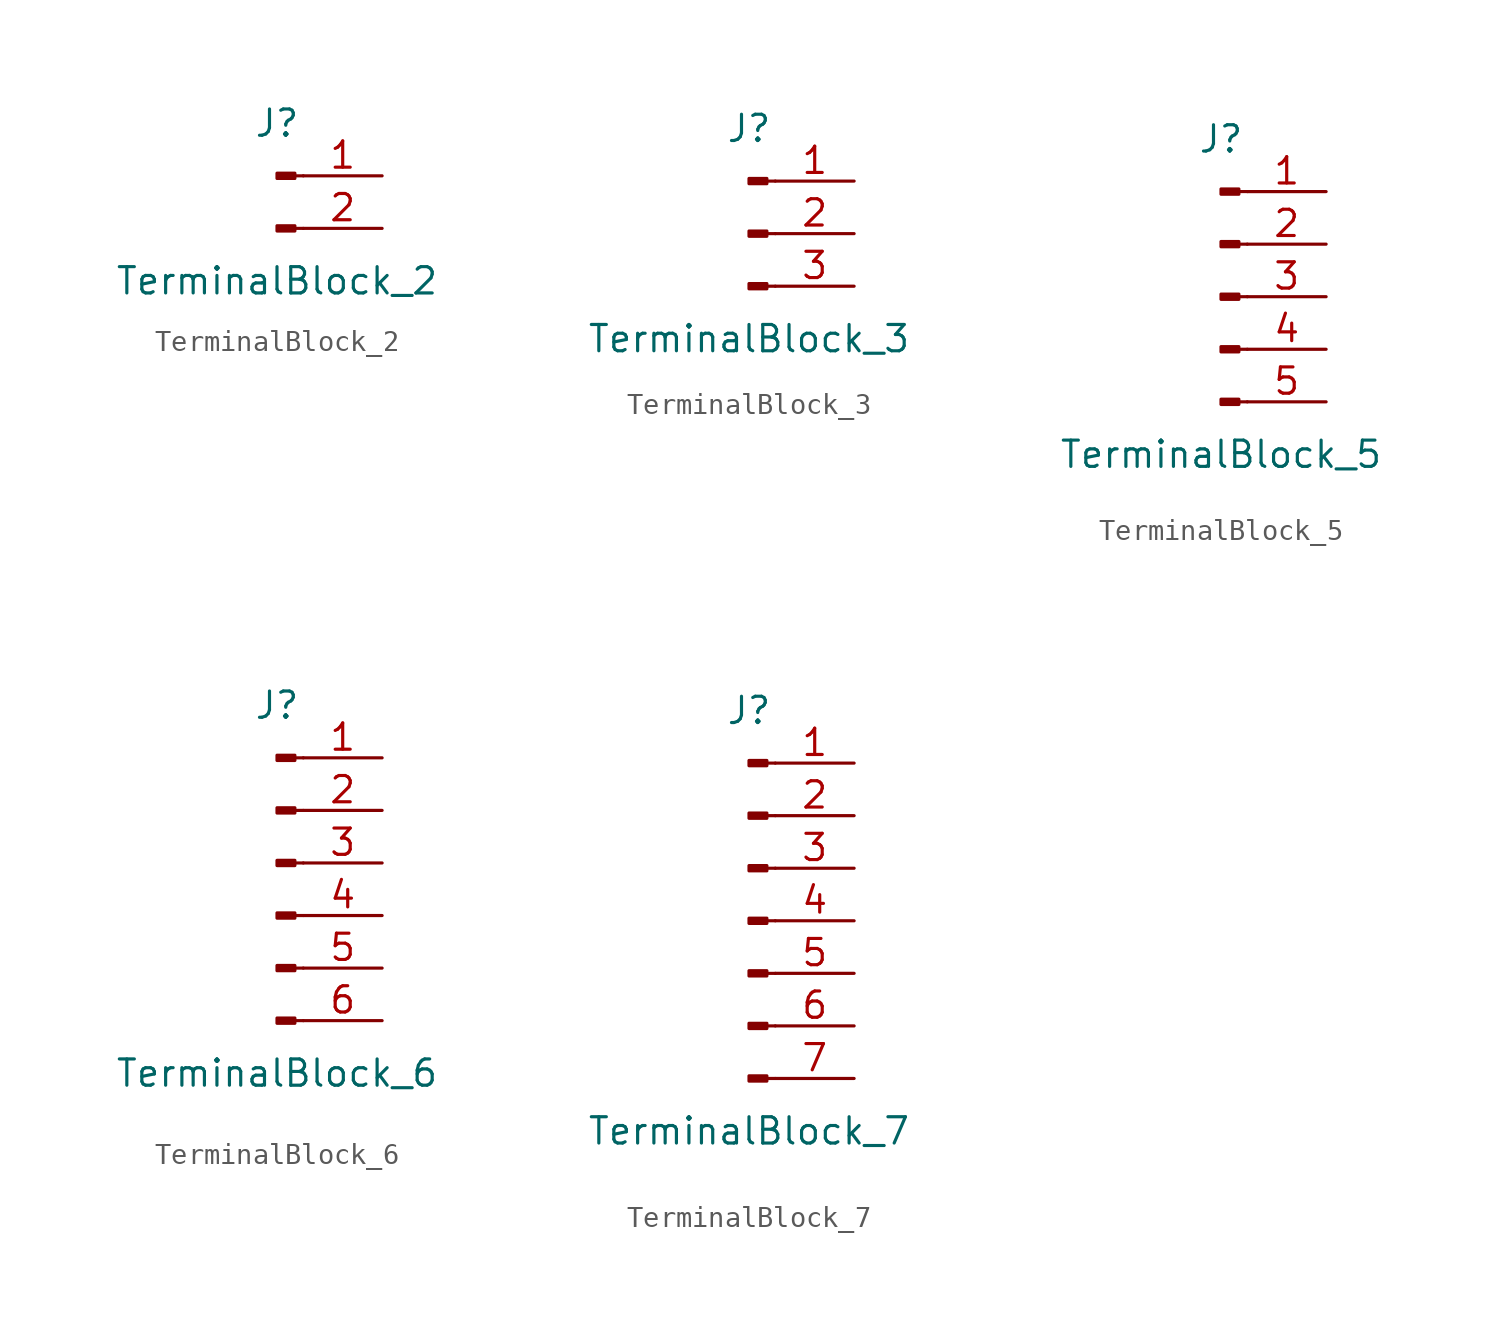
<source format=kicad_sym>
(kicad_symbol_lib
  (version 20220914)
  (generator kicad_symbol_editor)
  (symbol "TerminalBlock_2"
    (pin_names
      (offset 1.016) hide)
    (property "Reference" "J"
      (at 0 2.54 0)
      (effects (font (size 1.27 1.27))))
    (property "Value" "TerminalBlock_2"
      (at 0 -5.08 0)
      (effects (font (size 1.27 1.27))))
    (symbol "TerminalBlock_2_1_1"
      (polyline (pts (xy 1.27 -2.54) (xy 0.864 -2.54)) (stroke (width 0.152) (type default)) (fill (type none)))
      (polyline (pts (xy 1.27 0) (xy 0.864 0)) (stroke (width 0.152) (type default)) (fill (type none)))
      (rectangle (start 0.864 -2.413) (end 0 -2.667) (stroke (width 0.152) (type default)) (fill (type outline)))
      (rectangle (start 0.864 0.127) (end 0 -0.127) (stroke (width 0.152) (type default)) (fill (type outline)))
      (pin passive line (at 5.08 0 180) (length 3.81) (name "Pin_1" (effects (font (size 1.27 1.27)))) (number "1" (effects (font (size 1.27 1.27)))))
      (pin passive line (at 5.08 -2.54 180) (length 3.81) (name "Pin_2" (effects (font (size 1.27 1.27)))) (number "2" (effects (font (size 1.27 1.27)))))))
  (symbol "TerminalBlock_3"
    (pin_names
      (offset 1.016) hide)
    (property "Reference" "J"
      (at 0 5.08 0)
      (effects (font (size 1.27 1.27))))
    (property "Value" "TerminalBlock_3"
      (at 0 -5.08 0)
      (effects (font (size 1.27 1.27))))
    (symbol "TerminalBlock_3_1_1"
      (polyline (pts (xy 1.27 -2.54) (xy 0.864 -2.54)) (stroke (width 0.152) (type default)) (fill (type none)))
      (polyline (pts (xy 1.27 0) (xy 0.864 0)) (stroke (width 0.152) (type default)) (fill (type none)))
      (polyline (pts (xy 1.27 2.54) (xy 0.864 2.54)) (stroke (width 0.152) (type default)) (fill (type none)))
      (rectangle (start 0.864 -2.413) (end 0 -2.667) (stroke (width 0.152) (type default)) (fill (type outline)))
      (rectangle (start 0.864 0.127) (end 0 -0.127) (stroke (width 0.152) (type default)) (fill (type outline)))
      (rectangle (start 0.864 2.667) (end 0 2.413) (stroke (width 0.152) (type default)) (fill (type outline)))
      (pin passive line (at 5.08 2.54 180) (length 3.81) (name "Pin_1" (effects (font (size 1.27 1.27)))) (number "1" (effects (font (size 1.27 1.27)))))
      (pin passive line (at 5.08 0 180) (length 3.81) (name "Pin_2" (effects (font (size 1.27 1.27)))) (number "2" (effects (font (size 1.27 1.27)))))
      (pin passive line (at 5.08 -2.54 180) (length 3.81) (name "Pin_3" (effects (font (size 1.27 1.27)))) (number "3" (effects (font (size 1.27 1.27)))))))
  (symbol "TerminalBlock_5"
    (pin_names
      (offset 1.016) hide)
    (property "Reference" "J"
      (at 0 7.62 0)
      (effects (font (size 1.27 1.27))))
    (property "Value" "TerminalBlock_5"
      (at 0 -7.62 0)
      (effects (font (size 1.27 1.27))))
    (symbol "TerminalBlock_5_1_1"
      (polyline (pts (xy 1.27 -5.08) (xy 0.864 -5.08)) (stroke (width 0.152) (type default)) (fill (type none)))
      (polyline (pts (xy 1.27 -2.54) (xy 0.864 -2.54)) (stroke (width 0.152) (type default)) (fill (type none)))
      (polyline (pts (xy 1.27 0) (xy 0.864 0)) (stroke (width 0.152) (type default)) (fill (type none)))
      (polyline (pts (xy 1.27 2.54) (xy 0.864 2.54)) (stroke (width 0.152) (type default)) (fill (type none)))
      (polyline (pts (xy 1.27 5.08) (xy 0.864 5.08)) (stroke (width 0.152) (type default)) (fill (type none)))
      (rectangle (start 0.864 -4.953) (end 0 -5.207) (stroke (width 0.152) (type default)) (fill (type outline)))
      (rectangle (start 0.864 -2.413) (end 0 -2.667) (stroke (width 0.152) (type default)) (fill (type outline)))
      (rectangle (start 0.864 0.127) (end 0 -0.127) (stroke (width 0.152) (type default)) (fill (type outline)))
      (rectangle (start 0.864 2.667) (end 0 2.413) (stroke (width 0.152) (type default)) (fill (type outline)))
      (rectangle (start 0.864 5.207) (end 0 4.953) (stroke (width 0.152) (type default)) (fill (type outline)))
      (pin passive line (at 5.08 5.08 180) (length 3.81) (name "Pin_1" (effects (font (size 1.27 1.27)))) (number "1" (effects (font (size 1.27 1.27)))))
      (pin passive line (at 5.08 2.54 180) (length 3.81) (name "Pin_2" (effects (font (size 1.27 1.27)))) (number "2" (effects (font (size 1.27 1.27)))))
      (pin passive line (at 5.08 0 180) (length 3.81) (name "Pin_3" (effects (font (size 1.27 1.27)))) (number "3" (effects (font (size 1.27 1.27)))))
      (pin passive line (at 5.08 -2.54 180) (length 3.81) (name "Pin_4" (effects (font (size 1.27 1.27)))) (number "4" (effects (font (size 1.27 1.27)))))
      (pin passive line (at 5.08 -5.08 180) (length 3.81) (name "Pin_5" (effects (font (size 1.27 1.27)))) (number "5" (effects (font (size 1.27 1.27)))))))
  (symbol "TerminalBlock_6"
    (pin_names
      (offset 1.016) hide)
    (property "Reference" "J"
      (at 0 7.62 0)
      (effects (font (size 1.27 1.27))))
    (property "Value" "TerminalBlock_6"
      (at 0 -10.16 0)
      (effects (font (size 1.27 1.27))))
    (symbol "TerminalBlock_6_1_1"
      (polyline (pts (xy 1.27 -7.62) (xy 0.864 -7.62)) (stroke (width 0.152) (type default)) (fill (type none)))
      (polyline (pts (xy 1.27 -5.08) (xy 0.864 -5.08)) (stroke (width 0.152) (type default)) (fill (type none)))
      (polyline (pts (xy 1.27 -2.54) (xy 0.864 -2.54)) (stroke (width 0.152) (type default)) (fill (type none)))
      (polyline (pts (xy 1.27 0) (xy 0.864 0)) (stroke (width 0.152) (type default)) (fill (type none)))
      (polyline (pts (xy 1.27 2.54) (xy 0.864 2.54)) (stroke (width 0.152) (type default)) (fill (type none)))
      (polyline (pts (xy 1.27 5.08) (xy 0.864 5.08)) (stroke (width 0.152) (type default)) (fill (type none)))
      (rectangle (start 0.864 -7.493) (end 0 -7.747) (stroke (width 0.152) (type default)) (fill (type outline)))
      (rectangle (start 0.864 -4.953) (end 0 -5.207) (stroke (width 0.152) (type default)) (fill (type outline)))
      (rectangle (start 0.864 -2.413) (end 0 -2.667) (stroke (width 0.152) (type default)) (fill (type outline)))
      (rectangle (start 0.864 0.127) (end 0 -0.127) (stroke (width 0.152) (type default)) (fill (type outline)))
      (rectangle (start 0.864 2.667) (end 0 2.413) (stroke (width 0.152) (type default)) (fill (type outline)))
      (rectangle (start 0.864 5.207) (end 0 4.953) (stroke (width 0.152) (type default)) (fill (type outline)))
      (pin passive line (at 5.08 5.08 180) (length 3.81) (name "Pin_1" (effects (font (size 1.27 1.27)))) (number "1" (effects (font (size 1.27 1.27)))))
      (pin passive line (at 5.08 2.54 180) (length 3.81) (name "Pin_2" (effects (font (size 1.27 1.27)))) (number "2" (effects (font (size 1.27 1.27)))))
      (pin passive line (at 5.08 0 180) (length 3.81) (name "Pin_3" (effects (font (size 1.27 1.27)))) (number "3" (effects (font (size 1.27 1.27)))))
      (pin passive line (at 5.08 -2.54 180) (length 3.81) (name "Pin_4" (effects (font (size 1.27 1.27)))) (number "4" (effects (font (size 1.27 1.27)))))
      (pin passive line (at 5.08 -5.08 180) (length 3.81) (name "Pin_5" (effects (font (size 1.27 1.27)))) (number "5" (effects (font (size 1.27 1.27)))))
      (pin passive line (at 5.08 -7.62 180) (length 3.81) (name "Pin_6" (effects (font (size 1.27 1.27)))) (number "6" (effects (font (size 1.27 1.27)))))))
  (symbol "TerminalBlock_7"
    (pin_names
      (offset 1.016) hide)
    (property "Reference" "J"
      (at 0 10.16 0)
      (effects (font (size 1.27 1.27))))
    (property "Value" "TerminalBlock_7"
      (at 0 -10.16 0)
      (effects (font (size 1.27 1.27))))
    (symbol "TerminalBlock_7_1_1"
      (polyline (pts (xy 1.27 -7.62) (xy 0.864 -7.62)) (stroke (width 0.152) (type default)) (fill (type none)))
      (polyline (pts (xy 1.27 -5.08) (xy 0.864 -5.08)) (stroke (width 0.152) (type default)) (fill (type none)))
      (polyline (pts (xy 1.27 -2.54) (xy 0.864 -2.54)) (stroke (width 0.152) (type default)) (fill (type none)))
      (polyline (pts (xy 1.27 0) (xy 0.864 0)) (stroke (width 0.152) (type default)) (fill (type none)))
      (polyline (pts (xy 1.27 2.54) (xy 0.864 2.54)) (stroke (width 0.152) (type default)) (fill (type none)))
      (polyline (pts (xy 1.27 5.08) (xy 0.864 5.08)) (stroke (width 0.152) (type default)) (fill (type none)))
      (polyline (pts (xy 1.27 7.62) (xy 0.864 7.62)) (stroke (width 0.152) (type default)) (fill (type none)))
      (rectangle (start 0.864 -7.493) (end 0 -7.747) (stroke (width 0.152) (type default)) (fill (type outline)))
      (rectangle (start 0.864 -4.953) (end 0 -5.207) (stroke (width 0.152) (type default)) (fill (type outline)))
      (rectangle (start 0.864 -2.413) (end 0 -2.667) (stroke (width 0.152) (type default)) (fill (type outline)))
      (rectangle (start 0.864 0.127) (end 0 -0.127) (stroke (width 0.152) (type default)) (fill (type outline)))
      (rectangle (start 0.864 2.667) (end 0 2.413) (stroke (width 0.152) (type default)) (fill (type outline)))
      (rectangle (start 0.864 5.207) (end 0 4.953) (stroke (width 0.152) (type default)) (fill (type outline)))
      (rectangle (start 0.864 7.747) (end 0 7.493) (stroke (width 0.152) (type default)) (fill (type outline)))
      (pin passive line (at 5.08 7.62 180) (length 3.81) (name "Pin_1" (effects (font (size 1.27 1.27)))) (number "1" (effects (font (size 1.27 1.27)))))
      (pin passive line (at 5.08 5.08 180) (length 3.81) (name "Pin_2" (effects (font (size 1.27 1.27)))) (number "2" (effects (font (size 1.27 1.27)))))
      (pin passive line (at 5.08 2.54 180) (length 3.81) (name "Pin_3" (effects (font (size 1.27 1.27)))) (number "3" (effects (font (size 1.27 1.27)))))
      (pin passive line (at 5.08 0 180) (length 3.81) (name "Pin_4" (effects (font (size 1.27 1.27)))) (number "4" (effects (font (size 1.27 1.27)))))
      (pin passive line (at 5.08 -2.54 180) (length 3.81) (name "Pin_5" (effects (font (size 1.27 1.27)))) (number "5" (effects (font (size 1.27 1.27)))))
      (pin passive line (at 5.08 -5.08 180) (length 3.81) (name "Pin_6" (effects (font (size 1.27 1.27)))) (number "6" (effects (font (size 1.27 1.27)))))
      (pin passive line (at 5.08 -7.62 180) (length 3.81) (name "Pin_7" (effects (font (size 1.27 1.27)))) (number "7" (effects (font (size 1.27 1.27))))))))
</source>
